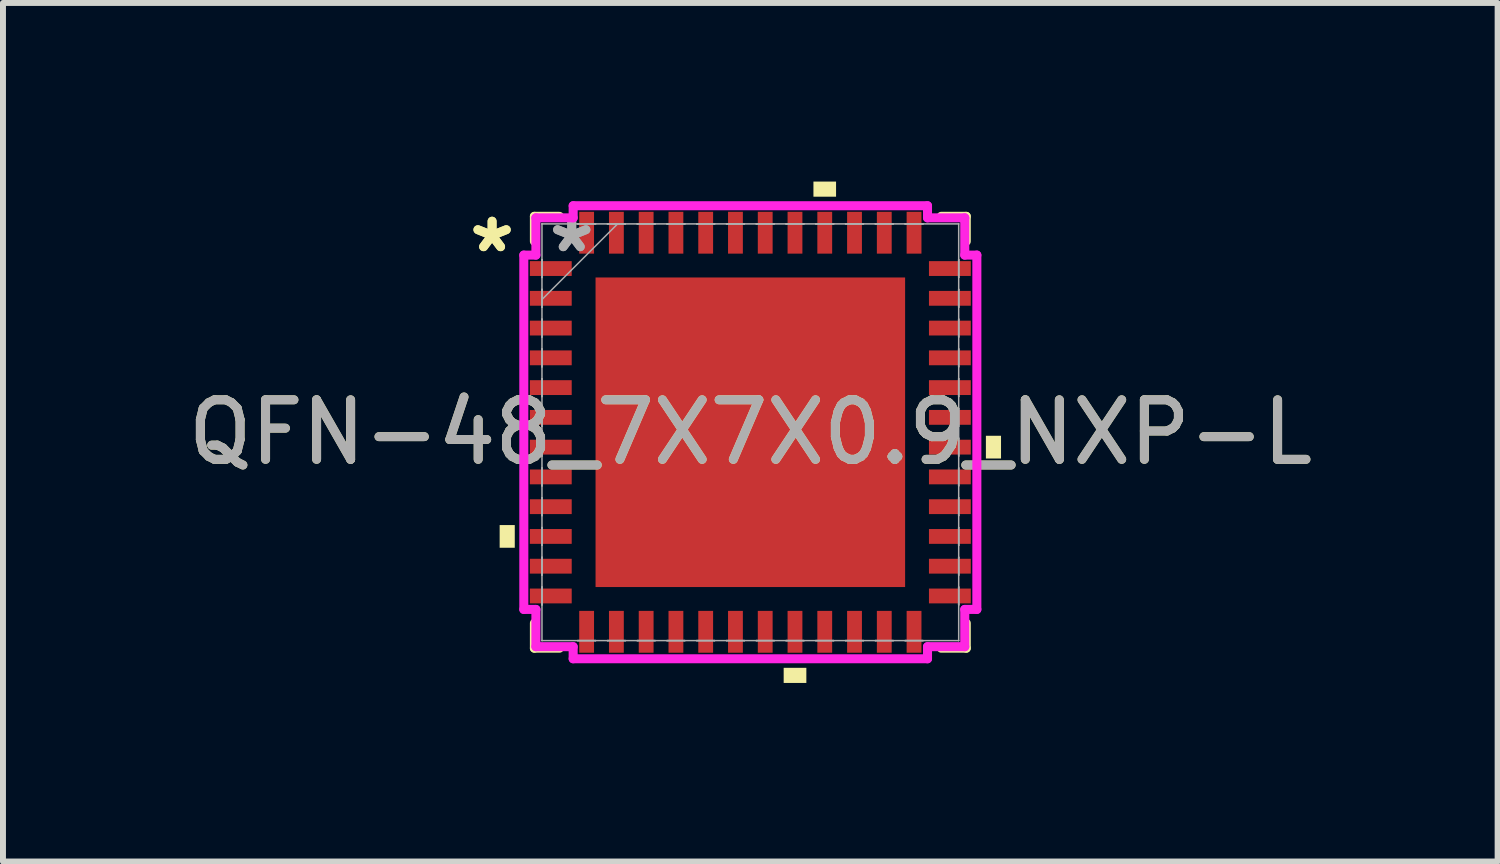
<source format=kicad_pcb>
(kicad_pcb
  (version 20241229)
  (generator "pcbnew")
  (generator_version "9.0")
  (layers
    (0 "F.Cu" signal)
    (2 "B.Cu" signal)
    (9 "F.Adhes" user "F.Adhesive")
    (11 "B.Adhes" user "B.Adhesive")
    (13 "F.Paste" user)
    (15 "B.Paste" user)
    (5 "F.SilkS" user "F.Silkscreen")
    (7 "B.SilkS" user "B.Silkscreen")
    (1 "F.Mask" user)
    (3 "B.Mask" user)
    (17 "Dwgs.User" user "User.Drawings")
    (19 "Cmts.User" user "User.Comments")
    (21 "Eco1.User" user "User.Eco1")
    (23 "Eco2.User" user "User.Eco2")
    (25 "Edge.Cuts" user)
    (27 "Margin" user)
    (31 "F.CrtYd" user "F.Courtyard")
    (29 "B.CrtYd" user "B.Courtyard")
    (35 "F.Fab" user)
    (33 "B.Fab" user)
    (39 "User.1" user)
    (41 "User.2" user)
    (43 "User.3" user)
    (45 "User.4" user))
  (footprint "QFN-48_7X7X0.9_NXP-L"
    (layer "F.Cu")
    (at 9.554 4.211)
    (property "Reference" "QFN-48_7X7X0.9_NXP-L" (at 0 0 0) (unlocked yes) (layer "F.SilkS") (effects (font (size 1 1) (thickness 0.15))))
    (attr smd)
    (fp_line (start -3.627 -3.627) (end -3.627 -3.207) (stroke (width 0.152) (type solid)) (layer "F.SilkS"))
    (fp_line (start -3.627 3.207) (end -3.627 3.627) (stroke (width 0.152) (type solid)) (layer "F.SilkS"))
    (fp_line (start -3.627 3.627) (end -3.207 3.627) (stroke (width 0.152) (type solid)) (layer "F.SilkS"))
    (fp_line (start -3.207 -3.627) (end -3.627 -3.627) (stroke (width 0.152) (type solid)) (layer "F.SilkS"))
    (fp_line (start 3.207 3.627) (end 3.627 3.627) (stroke (width 0.152) (type solid)) (layer "F.SilkS"))
    (fp_line (start 3.627 -3.627) (end 3.207 -3.627) (stroke (width 0.152) (type solid)) (layer "F.SilkS"))
    (fp_line (start 3.627 -3.207) (end 3.627 -3.627) (stroke (width 0.152) (type solid)) (layer "F.SilkS"))
    (fp_line (start 3.627 3.627) (end 3.627 3.207) (stroke (width 0.152) (type solid)) (layer "F.SilkS"))
    (fp_poly (pts (xy -4.211 1.559) (xy -4.211 1.94) (xy -3.957 1.94) (xy -3.957 1.559)) (stroke (width 0) (type solid)) (fill yes) (layer "F.SilkS"))
    (fp_poly (pts (xy 0.56 3.957) (xy 0.56 4.211) (xy 0.941 4.211) (xy 0.941 3.957)) (stroke (width 0) (type solid)) (fill yes) (layer "F.SilkS"))
    (fp_poly (pts (xy 1.06 -3.957) (xy 1.06 -4.211) (xy 1.44 -4.211) (xy 1.44 -3.957)) (stroke (width 0) (type solid)) (fill yes) (layer "F.SilkS"))
    (fp_poly (pts (xy 4.211 0.059) (xy 4.211 0.441) (xy 3.957 0.441) (xy 3.957 0.059)) (stroke (width 0) (type solid)) (fill yes) (layer "F.SilkS"))
    (fp_poly (pts (xy -2.5 -2.5) (xy -2.5 -1.4) (xy -1.4 -1.4) (xy -1.4 -2.5)) (stroke (width 0) (type solid)) (fill yes) (layer "F.Paste"))
    (fp_poly (pts (xy -2.5 -1.2) (xy -2.5 -0.1) (xy -1.4 -0.1) (xy -1.4 -1.2)) (stroke (width 0) (type solid)) (fill yes) (layer "F.Paste"))
    (fp_poly (pts (xy -2.5 0.1) (xy -2.5 1.2) (xy -1.4 1.2) (xy -1.4 0.1)) (stroke (width 0) (type solid)) (fill yes) (layer "F.Paste"))
    (fp_poly (pts (xy -2.5 1.4) (xy -2.5 2.5) (xy -1.4 2.5) (xy -1.4 1.4)) (stroke (width 0) (type solid)) (fill yes) (layer "F.Paste"))
    (fp_poly (pts (xy -1.2 -2.5) (xy -1.2 -1.4) (xy -0.1 -1.4) (xy -0.1 -2.5)) (stroke (width 0) (type solid)) (fill yes) (layer "F.Paste"))
    (fp_poly (pts (xy -1.2 -1.2) (xy -1.2 -0.1) (xy -0.1 -0.1) (xy -0.1 -1.2)) (stroke (width 0) (type solid)) (fill yes) (layer "F.Paste"))
    (fp_poly (pts (xy -1.2 0.1) (xy -1.2 1.2) (xy -0.1 1.2) (xy -0.1 0.1)) (stroke (width 0) (type solid)) (fill yes) (layer "F.Paste"))
    (fp_poly (pts (xy -1.2 1.4) (xy -1.2 2.5) (xy -0.1 2.5) (xy -0.1 1.4)) (stroke (width 0) (type solid)) (fill yes) (layer "F.Paste"))
    (fp_poly (pts (xy 0.1 -2.5) (xy 0.1 -1.4) (xy 1.2 -1.4) (xy 1.2 -2.5)) (stroke (width 0) (type solid)) (fill yes) (layer "F.Paste"))
    (fp_poly (pts (xy 0.1 -1.2) (xy 0.1 -0.1) (xy 1.2 -0.1) (xy 1.2 -1.2)) (stroke (width 0) (type solid)) (fill yes) (layer "F.Paste"))
    (fp_poly (pts (xy 0.1 0.1) (xy 0.1 1.2) (xy 1.2 1.2) (xy 1.2 0.1)) (stroke (width 0) (type solid)) (fill yes) (layer "F.Paste"))
    (fp_poly (pts (xy 0.1 1.4) (xy 0.1 2.5) (xy 1.2 2.5) (xy 1.2 1.4)) (stroke (width 0) (type solid)) (fill yes) (layer "F.Paste"))
    (fp_poly (pts (xy 1.4 -2.5) (xy 1.4 -1.4) (xy 2.5 -1.4) (xy 2.5 -2.5)) (stroke (width 0) (type solid)) (fill yes) (layer "F.Paste"))
    (fp_poly (pts (xy 1.4 -1.2) (xy 1.4 -0.1) (xy 2.5 -0.1) (xy 2.5 -1.2)) (stroke (width 0) (type solid)) (fill yes) (layer "F.Paste"))
    (fp_poly (pts (xy 1.4 0.1) (xy 1.4 1.2) (xy 2.5 1.2) (xy 2.5 0.1)) (stroke (width 0) (type solid)) (fill yes) (layer "F.Paste"))
    (fp_poly (pts (xy 1.4 1.4) (xy 1.4 2.5) (xy 2.5 2.5) (xy 2.5 1.4)) (stroke (width 0) (type solid)) (fill yes) (layer "F.Paste"))
    (fp_line (start -3.805 -2.976) (end -3.602 -2.976) (stroke (width 0.152) (type solid)) (layer "F.CrtYd"))
    (fp_line (start -3.805 2.976) (end -3.805 -2.976) (stroke (width 0.152) (type solid)) (layer "F.CrtYd"))
    (fp_line (start -3.602 -3.602) (end -2.976 -3.602) (stroke (width 0.152) (type solid)) (layer "F.CrtYd"))
    (fp_line (start -3.602 -2.976) (end -3.602 -3.602) (stroke (width 0.152) (type solid)) (layer "F.CrtYd"))
    (fp_line (start -3.602 2.976) (end -3.805 2.976) (stroke (width 0.152) (type solid)) (layer "F.CrtYd"))
    (fp_line (start -3.602 3.602) (end -3.602 2.976) (stroke (width 0.152) (type solid)) (layer "F.CrtYd"))
    (fp_line (start -2.976 -3.805) (end 2.976 -3.805) (stroke (width 0.152) (type solid)) (layer "F.CrtYd"))
    (fp_line (start -2.976 -3.602) (end -2.976 -3.805) (stroke (width 0.152) (type solid)) (layer "F.CrtYd"))
    (fp_line (start -2.976 3.602) (end -3.602 3.602) (stroke (width 0.152) (type solid)) (layer "F.CrtYd"))
    (fp_line (start -2.976 3.805) (end -2.976 3.602) (stroke (width 0.152) (type solid)) (layer "F.CrtYd"))
    (fp_line (start 2.976 -3.805) (end 2.976 -3.602) (stroke (width 0.152) (type solid)) (layer "F.CrtYd"))
    (fp_line (start 2.976 -3.602) (end 3.602 -3.602) (stroke (width 0.152) (type solid)) (layer "F.CrtYd"))
    (fp_line (start 2.976 3.602) (end 2.976 3.805) (stroke (width 0.152) (type solid)) (layer "F.CrtYd"))
    (fp_line (start 2.976 3.805) (end -2.976 3.805) (stroke (width 0.152) (type solid)) (layer "F.CrtYd"))
    (fp_line (start 3.602 -3.602) (end 3.602 -2.976) (stroke (width 0.152) (type solid)) (layer "F.CrtYd"))
    (fp_line (start 3.602 -2.976) (end 3.805 -2.976) (stroke (width 0.152) (type solid)) (layer "F.CrtYd"))
    (fp_line (start 3.602 2.976) (end 3.602 3.602) (stroke (width 0.152) (type solid)) (layer "F.CrtYd"))
    (fp_line (start 3.602 3.602) (end 2.976 3.602) (stroke (width 0.152) (type solid)) (layer "F.CrtYd"))
    (fp_line (start 3.805 -2.976) (end 3.805 2.976) (stroke (width 0.152) (type solid)) (layer "F.CrtYd"))
    (fp_line (start 3.805 2.976) (end 3.602 2.976) (stroke (width 0.152) (type solid)) (layer "F.CrtYd"))
    (fp_line (start -3.5 -3.5) (end -3.5 -3.5) (stroke (width 0.025) (type solid)) (layer "F.Fab"))
    (fp_line (start -3.5 -3.5) (end -3.5 3.5) (stroke (width 0.025) (type solid)) (layer "F.Fab"))
    (fp_line (start -3.5 -2.9) (end -3.5 -2.9) (stroke (width 0.025) (type solid)) (layer "F.Fab"))
    (fp_line (start -3.5 -2.9) (end -3.5 -2.6) (stroke (width 0.025) (type solid)) (layer "F.Fab"))
    (fp_line (start -3.5 -2.6) (end -3.5 -2.9) (stroke (width 0.025) (type solid)) (layer "F.Fab"))
    (fp_line (start -3.5 -2.6) (end -3.5 -2.6) (stroke (width 0.025) (type solid)) (layer "F.Fab"))
    (fp_line (start -3.5 -2.4) (end -3.5 -2.4) (stroke (width 0.025) (type solid)) (layer "F.Fab"))
    (fp_line (start -3.5 -2.4) (end -3.5 -2.1) (stroke (width 0.025) (type solid)) (layer "F.Fab"))
    (fp_line (start -3.5 -2.23) (end -2.23 -3.5) (stroke (width 0.025) (type solid)) (layer "F.Fab"))
    (fp_line (start -3.5 -2.1) (end -3.5 -2.4) (stroke (width 0.025) (type solid)) (layer "F.Fab"))
    (fp_line (start -3.5 -2.1) (end -3.5 -2.1) (stroke (width 0.025) (type solid)) (layer "F.Fab"))
    (fp_line (start -3.5 -1.9) (end -3.5 -1.9) (stroke (width 0.025) (type solid)) (layer "F.Fab"))
    (fp_line (start -3.5 -1.9) (end -3.5 -1.6) (stroke (width 0.025) (type solid)) (layer "F.Fab"))
    (fp_line (start -3.5 -1.6) (end -3.5 -1.9) (stroke (width 0.025) (type solid)) (layer "F.Fab"))
    (fp_line (start -3.5 -1.6) (end -3.5 -1.6) (stroke (width 0.025) (type solid)) (layer "F.Fab"))
    (fp_line (start -3.5 -1.4) (end -3.5 -1.4) (stroke (width 0.025) (type solid)) (layer "F.Fab"))
    (fp_line (start -3.5 -1.4) (end -3.5 -1.1) (stroke (width 0.025) (type solid)) (layer "F.Fab"))
    (fp_line (start -3.5 -1.1) (end -3.5 -1.4) (stroke (width 0.025) (type solid)) (layer "F.Fab"))
    (fp_line (start -3.5 -1.1) (end -3.5 -1.1) (stroke (width 0.025) (type solid)) (layer "F.Fab"))
    (fp_line (start -3.5 -0.9) (end -3.5 -0.9) (stroke (width 0.025) (type solid)) (layer "F.Fab"))
    (fp_line (start -3.5 -0.9) (end -3.5 -0.6) (stroke (width 0.025) (type solid)) (layer "F.Fab"))
    (fp_line (start -3.5 -0.6) (end -3.5 -0.9) (stroke (width 0.025) (type solid)) (layer "F.Fab"))
    (fp_line (start -3.5 -0.6) (end -3.5 -0.6) (stroke (width 0.025) (type solid)) (layer "F.Fab"))
    (fp_line (start -3.5 -0.4) (end -3.5 -0.4) (stroke (width 0.025) (type solid)) (layer "F.Fab"))
    (fp_line (start -3.5 -0.4) (end -3.5 -0.1) (stroke (width 0.025) (type solid)) (layer "F.Fab"))
    (fp_line (start -3.5 -0.1) (end -3.5 -0.4) (stroke (width 0.025) (type solid)) (layer "F.Fab"))
    (fp_line (start -3.5 -0.1) (end -3.5 -0.1) (stroke (width 0.025) (type solid)) (layer "F.Fab"))
    (fp_line (start -3.5 0.1) (end -3.5 0.1) (stroke (width 0.025) (type solid)) (layer "F.Fab"))
    (fp_line (start -3.5 0.1) (end -3.5 0.4) (stroke (width 0.025) (type solid)) (layer "F.Fab"))
    (fp_line (start -3.5 0.4) (end -3.5 0.1) (stroke (width 0.025) (type solid)) (layer "F.Fab"))
    (fp_line (start -3.5 0.4) (end -3.5 0.4) (stroke (width 0.025) (type solid)) (layer "F.Fab"))
    (fp_line (start -3.5 0.6) (end -3.5 0.6) (stroke (width 0.025) (type solid)) (layer "F.Fab"))
    (fp_line (start -3.5 0.6) (end -3.5 0.9) (stroke (width 0.025) (type solid)) (layer "F.Fab"))
    (fp_line (start -3.5 0.9) (end -3.5 0.6) (stroke (width 0.025) (type solid)) (layer "F.Fab"))
    (fp_line (start -3.5 0.9) (end -3.5 0.9) (stroke (width 0.025) (type solid)) (layer "F.Fab"))
    (fp_line (start -3.5 1.1) (end -3.5 1.1) (stroke (width 0.025) (type solid)) (layer "F.Fab"))
    (fp_line (start -3.5 1.1) (end -3.5 1.4) (stroke (width 0.025) (type solid)) (layer "F.Fab"))
    (fp_line (start -3.5 1.4) (end -3.5 1.1) (stroke (width 0.025) (type solid)) (layer "F.Fab"))
    (fp_line (start -3.5 1.4) (end -3.5 1.4) (stroke (width 0.025) (type solid)) (layer "F.Fab"))
    (fp_line (start -3.5 1.6) (end -3.5 1.6) (stroke (width 0.025) (type solid)) (layer "F.Fab"))
    (fp_line (start -3.5 1.6) (end -3.5 1.9) (stroke (width 0.025) (type solid)) (layer "F.Fab"))
    (fp_line (start -3.5 1.9) (end -3.5 1.6) (stroke (width 0.025) (type solid)) (layer "F.Fab"))
    (fp_line (start -3.5 1.9) (end -3.5 1.9) (stroke (width 0.025) (type solid)) (layer "F.Fab"))
    (fp_line (start -3.5 2.1) (end -3.5 2.1) (stroke (width 0.025) (type solid)) (layer "F.Fab"))
    (fp_line (start -3.5 2.1) (end -3.5 2.4) (stroke (width 0.025) (type solid)) (layer "F.Fab"))
    (fp_line (start -3.5 2.4) (end -3.5 2.1) (stroke (width 0.025) (type solid)) (layer "F.Fab"))
    (fp_line (start -3.5 2.4) (end -3.5 2.4) (stroke (width 0.025) (type solid)) (layer "F.Fab"))
    (fp_line (start -3.5 2.6) (end -3.5 2.6) (stroke (width 0.025) (type solid)) (layer "F.Fab"))
    (fp_line (start -3.5 2.6) (end -3.5 2.9) (stroke (width 0.025) (type solid)) (layer "F.Fab"))
    (fp_line (start -3.5 2.9) (end -3.5 2.6) (stroke (width 0.025) (type solid)) (layer "F.Fab"))
    (fp_line (start -3.5 2.9) (end -3.5 2.9) (stroke (width 0.025) (type solid)) (layer "F.Fab"))
    (fp_line (start -3.5 3.5) (end -3.5 3.5) (stroke (width 0.025) (type solid)) (layer "F.Fab"))
    (fp_line (start -3.5 3.5) (end 3.5 3.5) (stroke (width 0.025) (type solid)) (layer "F.Fab"))
    (fp_line (start -2.9 -3.5) (end -2.9 -3.5) (stroke (width 0.025) (type solid)) (layer "F.Fab"))
    (fp_line (start -2.9 -3.5) (end -2.6 -3.5) (stroke (width 0.025) (type solid)) (layer "F.Fab"))
    (fp_line (start -2.9 3.5) (end -2.9 3.5) (stroke (width 0.025) (type solid)) (layer "F.Fab"))
    (fp_line (start -2.9 3.5) (end -2.6 3.5) (stroke (width 0.025) (type solid)) (layer "F.Fab"))
    (fp_line (start -2.6 -3.5) (end -2.9 -3.5) (stroke (width 0.025) (type solid)) (layer "F.Fab"))
    (fp_line (start -2.6 -3.5) (end -2.6 -3.5) (stroke (width 0.025) (type solid)) (layer "F.Fab"))
    (fp_line (start -2.6 3.5) (end -2.9 3.5) (stroke (width 0.025) (type solid)) (layer "F.Fab"))
    (fp_line (start -2.6 3.5) (end -2.6 3.5) (stroke (width 0.025) (type solid)) (layer "F.Fab"))
    (fp_line (start -2.4 -3.5) (end -2.4 -3.5) (stroke (width 0.025) (type solid)) (layer "F.Fab"))
    (fp_line (start -2.4 -3.5) (end -2.1 -3.5) (stroke (width 0.025) (type solid)) (layer "F.Fab"))
    (fp_line (start -2.4 3.5) (end -2.4 3.5) (stroke (width 0.025) (type solid)) (layer "F.Fab"))
    (fp_line (start -2.4 3.5) (end -2.1 3.5) (stroke (width 0.025) (type solid)) (layer "F.Fab"))
    (fp_line (start -2.1 -3.5) (end -2.4 -3.5) (stroke (width 0.025) (type solid)) (layer "F.Fab"))
    (fp_line (start -2.1 -3.5) (end -2.1 -3.5) (stroke (width 0.025) (type solid)) (layer "F.Fab"))
    (fp_line (start -2.1 3.5) (end -2.4 3.5) (stroke (width 0.025) (type solid)) (layer "F.Fab"))
    (fp_line (start -2.1 3.5) (end -2.1 3.5) (stroke (width 0.025) (type solid)) (layer "F.Fab"))
    (fp_line (start -1.9 -3.5) (end -1.9 -3.5) (stroke (width 0.025) (type solid)) (layer "F.Fab"))
    (fp_line (start -1.9 -3.5) (end -1.6 -3.5) (stroke (width 0.025) (type solid)) (layer "F.Fab"))
    (fp_line (start -1.9 3.5) (end -1.9 3.5) (stroke (width 0.025) (type solid)) (layer "F.Fab"))
    (fp_line (start -1.9 3.5) (end -1.6 3.5) (stroke (width 0.025) (type solid)) (layer "F.Fab"))
    (fp_line (start -1.6 -3.5) (end -1.9 -3.5) (stroke (width 0.025) (type solid)) (layer "F.Fab"))
    (fp_line (start -1.6 -3.5) (end -1.6 -3.5) (stroke (width 0.025) (type solid)) (layer "F.Fab"))
    (fp_line (start -1.6 3.5) (end -1.9 3.5) (stroke (width 0.025) (type solid)) (layer "F.Fab"))
    (fp_line (start -1.6 3.5) (end -1.6 3.5) (stroke (width 0.025) (type solid)) (layer "F.Fab"))
    (fp_line (start -1.4 -3.5) (end -1.4 -3.5) (stroke (width 0.025) (type solid)) (layer "F.Fab"))
    (fp_line (start -1.4 -3.5) (end -1.1 -3.5) (stroke (width 0.025) (type solid)) (layer "F.Fab"))
    (fp_line (start -1.4 3.5) (end -1.4 3.5) (stroke (width 0.025) (type solid)) (layer "F.Fab"))
    (fp_line (start -1.4 3.5) (end -1.1 3.5) (stroke (width 0.025) (type solid)) (layer "F.Fab"))
    (fp_line (start -1.1 -3.5) (end -1.4 -3.5) (stroke (width 0.025) (type solid)) (layer "F.Fab"))
    (fp_line (start -1.1 -3.5) (end -1.1 -3.5) (stroke (width 0.025) (type solid)) (layer "F.Fab"))
    (fp_line (start -1.1 3.5) (end -1.4 3.5) (stroke (width 0.025) (type solid)) (layer "F.Fab"))
    (fp_line (start -1.1 3.5) (end -1.1 3.5) (stroke (width 0.025) (type solid)) (layer "F.Fab"))
    (fp_line (start -0.9 -3.5) (end -0.9 -3.5) (stroke (width 0.025) (type solid)) (layer "F.Fab"))
    (fp_line (start -0.9 -3.5) (end -0.6 -3.5) (stroke (width 0.025) (type solid)) (layer "F.Fab"))
    (fp_line (start -0.9 3.5) (end -0.9 3.5) (stroke (width 0.025) (type solid)) (layer "F.Fab"))
    (fp_line (start -0.9 3.5) (end -0.6 3.5) (stroke (width 0.025) (type solid)) (layer "F.Fab"))
    (fp_line (start -0.6 -3.5) (end -0.9 -3.5) (stroke (width 0.025) (type solid)) (layer "F.Fab"))
    (fp_line (start -0.6 -3.5) (end -0.6 -3.5) (stroke (width 0.025) (type solid)) (layer "F.Fab"))
    (fp_line (start -0.6 3.5) (end -0.9 3.5) (stroke (width 0.025) (type solid)) (layer "F.Fab"))
    (fp_line (start -0.6 3.5) (end -0.6 3.5) (stroke (width 0.025) (type solid)) (layer "F.Fab"))
    (fp_line (start -0.4 -3.5) (end -0.4 -3.5) (stroke (width 0.025) (type solid)) (layer "F.Fab"))
    (fp_line (start -0.4 -3.5) (end -0.1 -3.5) (stroke (width 0.025) (type solid)) (layer "F.Fab"))
    (fp_line (start -0.4 3.5) (end -0.4 3.5) (stroke (width 0.025) (type solid)) (layer "F.Fab"))
    (fp_line (start -0.4 3.5) (end -0.1 3.5) (stroke (width 0.025) (type solid)) (layer "F.Fab"))
    (fp_line (start -0.1 -3.5) (end -0.4 -3.5) (stroke (width 0.025) (type solid)) (layer "F.Fab"))
    (fp_line (start -0.1 -3.5) (end -0.1 -3.5) (stroke (width 0.025) (type solid)) (layer "F.Fab"))
    (fp_line (start -0.1 3.5) (end -0.4 3.5) (stroke (width 0.025) (type solid)) (layer "F.Fab"))
    (fp_line (start -0.1 3.5) (end -0.1 3.5) (stroke (width 0.025) (type solid)) (layer "F.Fab"))
    (fp_line (start 0.1 -3.5) (end 0.1 -3.5) (stroke (width 0.025) (type solid)) (layer "F.Fab"))
    (fp_line (start 0.1 -3.5) (end 0.4 -3.5) (stroke (width 0.025) (type solid)) (layer "F.Fab"))
    (fp_line (start 0.1 3.5) (end 0.1 3.5) (stroke (width 0.025) (type solid)) (layer "F.Fab"))
    (fp_line (start 0.1 3.5) (end 0.4 3.5) (stroke (width 0.025) (type solid)) (layer "F.Fab"))
    (fp_line (start 0.4 -3.5) (end 0.1 -3.5) (stroke (width 0.025) (type solid)) (layer "F.Fab"))
    (fp_line (start 0.4 -3.5) (end 0.4 -3.5) (stroke (width 0.025) (type solid)) (layer "F.Fab"))
    (fp_line (start 0.4 3.5) (end 0.1 3.5) (stroke (width 0.025) (type solid)) (layer "F.Fab"))
    (fp_line (start 0.4 3.5) (end 0.4 3.5) (stroke (width 0.025) (type solid)) (layer "F.Fab"))
    (fp_line (start 0.6 -3.5) (end 0.6 -3.5) (stroke (width 0.025) (type solid)) (layer "F.Fab"))
    (fp_line (start 0.6 -3.5) (end 0.9 -3.5) (stroke (width 0.025) (type solid)) (layer "F.Fab"))
    (fp_line (start 0.6 3.5) (end 0.6 3.5) (stroke (width 0.025) (type solid)) (layer "F.Fab"))
    (fp_line (start 0.6 3.5) (end 0.9 3.5) (stroke (width 0.025) (type solid)) (layer "F.Fab"))
    (fp_line (start 0.9 -3.5) (end 0.6 -3.5) (stroke (width 0.025) (type solid)) (layer "F.Fab"))
    (fp_line (start 0.9 -3.5) (end 0.9 -3.5) (stroke (width 0.025) (type solid)) (layer "F.Fab"))
    (fp_line (start 0.9 3.5) (end 0.6 3.5) (stroke (width 0.025) (type solid)) (layer "F.Fab"))
    (fp_line (start 0.9 3.5) (end 0.9 3.5) (stroke (width 0.025) (type solid)) (layer "F.Fab"))
    (fp_line (start 1.1 -3.5) (end 1.1 -3.5) (stroke (width 0.025) (type solid)) (layer "F.Fab"))
    (fp_line (start 1.1 -3.5) (end 1.4 -3.5) (stroke (width 0.025) (type solid)) (layer "F.Fab"))
    (fp_line (start 1.1 3.5) (end 1.1 3.5) (stroke (width 0.025) (type solid)) (layer "F.Fab"))
    (fp_line (start 1.1 3.5) (end 1.4 3.5) (stroke (width 0.025) (type solid)) (layer "F.Fab"))
    (fp_line (start 1.4 -3.5) (end 1.1 -3.5) (stroke (width 0.025) (type solid)) (layer "F.Fab"))
    (fp_line (start 1.4 -3.5) (end 1.4 -3.5) (stroke (width 0.025) (type solid)) (layer "F.Fab"))
    (fp_line (start 1.4 3.5) (end 1.1 3.5) (stroke (width 0.025) (type solid)) (layer "F.Fab"))
    (fp_line (start 1.4 3.5) (end 1.4 3.5) (stroke (width 0.025) (type solid)) (layer "F.Fab"))
    (fp_line (start 1.6 -3.5) (end 1.6 -3.5) (stroke (width 0.025) (type solid)) (layer "F.Fab"))
    (fp_line (start 1.6 -3.5) (end 1.9 -3.5) (stroke (width 0.025) (type solid)) (layer "F.Fab"))
    (fp_line (start 1.6 3.5) (end 1.6 3.5) (stroke (width 0.025) (type solid)) (layer "F.Fab"))
    (fp_line (start 1.6 3.5) (end 1.9 3.5) (stroke (width 0.025) (type solid)) (layer "F.Fab"))
    (fp_line (start 1.9 -3.5) (end 1.6 -3.5) (stroke (width 0.025) (type solid)) (layer "F.Fab"))
    (fp_line (start 1.9 -3.5) (end 1.9 -3.5) (stroke (width 0.025) (type solid)) (layer "F.Fab"))
    (fp_line (start 1.9 3.5) (end 1.6 3.5) (stroke (width 0.025) (type solid)) (layer "F.Fab"))
    (fp_line (start 1.9 3.5) (end 1.9 3.5) (stroke (width 0.025) (type solid)) (layer "F.Fab"))
    (fp_line (start 2.1 -3.5) (end 2.1 -3.5) (stroke (width 0.025) (type solid)) (layer "F.Fab"))
    (fp_line (start 2.1 -3.5) (end 2.4 -3.5) (stroke (width 0.025) (type solid)) (layer "F.Fab"))
    (fp_line (start 2.1 3.5) (end 2.1 3.5) (stroke (width 0.025) (type solid)) (layer "F.Fab"))
    (fp_line (start 2.1 3.5) (end 2.4 3.5) (stroke (width 0.025) (type solid)) (layer "F.Fab"))
    (fp_line (start 2.4 -3.5) (end 2.1 -3.5) (stroke (width 0.025) (type solid)) (layer "F.Fab"))
    (fp_line (start 2.4 -3.5) (end 2.4 -3.5) (stroke (width 0.025) (type solid)) (layer "F.Fab"))
    (fp_line (start 2.4 3.5) (end 2.1 3.5) (stroke (width 0.025) (type solid)) (layer "F.Fab"))
    (fp_line (start 2.4 3.5) (end 2.4 3.5) (stroke (width 0.025) (type solid)) (layer "F.Fab"))
    (fp_line (start 2.6 -3.5) (end 2.6 -3.5) (stroke (width 0.025) (type solid)) (layer "F.Fab"))
    (fp_line (start 2.6 -3.5) (end 2.9 -3.5) (stroke (width 0.025) (type solid)) (layer "F.Fab"))
    (fp_line (start 2.6 3.5) (end 2.6 3.5) (stroke (width 0.025) (type solid)) (layer "F.Fab"))
    (fp_line (start 2.6 3.5) (end 2.9 3.5) (stroke (width 0.025) (type solid)) (layer "F.Fab"))
    (fp_line (start 2.9 -3.5) (end 2.6 -3.5) (stroke (width 0.025) (type solid)) (layer "F.Fab"))
    (fp_line (start 2.9 -3.5) (end 2.9 -3.5) (stroke (width 0.025) (type solid)) (layer "F.Fab"))
    (fp_line (start 2.9 3.5) (end 2.6 3.5) (stroke (width 0.025) (type solid)) (layer "F.Fab"))
    (fp_line (start 2.9 3.5) (end 2.9 3.5) (stroke (width 0.025) (type solid)) (layer "F.Fab"))
    (fp_line (start 3.5 -3.5) (end -3.5 -3.5) (stroke (width 0.025) (type solid)) (layer "F.Fab"))
    (fp_line (start 3.5 -3.5) (end 3.5 -3.5) (stroke (width 0.025) (type solid)) (layer "F.Fab"))
    (fp_line (start 3.5 -2.9) (end 3.5 -2.9) (stroke (width 0.025) (type solid)) (layer "F.Fab"))
    (fp_line (start 3.5 -2.9) (end 3.5 -2.6) (stroke (width 0.025) (type solid)) (layer "F.Fab"))
    (fp_line (start 3.5 -2.6) (end 3.5 -2.9) (stroke (width 0.025) (type solid)) (layer "F.Fab"))
    (fp_line (start 3.5 -2.6) (end 3.5 -2.6) (stroke (width 0.025) (type solid)) (layer "F.Fab"))
    (fp_line (start 3.5 -2.4) (end 3.5 -2.4) (stroke (width 0.025) (type solid)) (layer "F.Fab"))
    (fp_line (start 3.5 -2.4) (end 3.5 -2.1) (stroke (width 0.025) (type solid)) (layer "F.Fab"))
    (fp_line (start 3.5 -2.1) (end 3.5 -2.4) (stroke (width 0.025) (type solid)) (layer "F.Fab"))
    (fp_line (start 3.5 -2.1) (end 3.5 -2.1) (stroke (width 0.025) (type solid)) (layer "F.Fab"))
    (fp_line (start 3.5 -1.9) (end 3.5 -1.9) (stroke (width 0.025) (type solid)) (layer "F.Fab"))
    (fp_line (start 3.5 -1.9) (end 3.5 -1.6) (stroke (width 0.025) (type solid)) (layer "F.Fab"))
    (fp_line (start 3.5 -1.6) (end 3.5 -1.9) (stroke (width 0.025) (type solid)) (layer "F.Fab"))
    (fp_line (start 3.5 -1.6) (end 3.5 -1.6) (stroke (width 0.025) (type solid)) (layer "F.Fab"))
    (fp_line (start 3.5 -1.4) (end 3.5 -1.4) (stroke (width 0.025) (type solid)) (layer "F.Fab"))
    (fp_line (start 3.5 -1.4) (end 3.5 -1.1) (stroke (width 0.025) (type solid)) (layer "F.Fab"))
    (fp_line (start 3.5 -1.1) (end 3.5 -1.4) (stroke (width 0.025) (type solid)) (layer "F.Fab"))
    (fp_line (start 3.5 -1.1) (end 3.5 -1.1) (stroke (width 0.025) (type solid)) (layer "F.Fab"))
    (fp_line (start 3.5 -0.9) (end 3.5 -0.9) (stroke (width 0.025) (type solid)) (layer "F.Fab"))
    (fp_line (start 3.5 -0.9) (end 3.5 -0.6) (stroke (width 0.025) (type solid)) (layer "F.Fab"))
    (fp_line (start 3.5 -0.6) (end 3.5 -0.9) (stroke (width 0.025) (type solid)) (layer "F.Fab"))
    (fp_line (start 3.5 -0.6) (end 3.5 -0.6) (stroke (width 0.025) (type solid)) (layer "F.Fab"))
    (fp_line (start 3.5 -0.4) (end 3.5 -0.4) (stroke (width 0.025) (type solid)) (layer "F.Fab"))
    (fp_line (start 3.5 -0.4) (end 3.5 -0.1) (stroke (width 0.025) (type solid)) (layer "F.Fab"))
    (fp_line (start 3.5 -0.1) (end 3.5 -0.4) (stroke (width 0.025) (type solid)) (layer "F.Fab"))
    (fp_line (start 3.5 -0.1) (end 3.5 -0.1) (stroke (width 0.025) (type solid)) (layer "F.Fab"))
    (fp_line (start 3.5 0.1) (end 3.5 0.1) (stroke (width 0.025) (type solid)) (layer "F.Fab"))
    (fp_line (start 3.5 0.1) (end 3.5 0.4) (stroke (width 0.025) (type solid)) (layer "F.Fab"))
    (fp_line (start 3.5 0.4) (end 3.5 0.1) (stroke (width 0.025) (type solid)) (layer "F.Fab"))
    (fp_line (start 3.5 0.4) (end 3.5 0.4) (stroke (width 0.025) (type solid)) (layer "F.Fab"))
    (fp_line (start 3.5 0.6) (end 3.5 0.6) (stroke (width 0.025) (type solid)) (layer "F.Fab"))
    (fp_line (start 3.5 0.6) (end 3.5 0.9) (stroke (width 0.025) (type solid)) (layer "F.Fab"))
    (fp_line (start 3.5 0.9) (end 3.5 0.6) (stroke (width 0.025) (type solid)) (layer "F.Fab"))
    (fp_line (start 3.5 0.9) (end 3.5 0.9) (stroke (width 0.025) (type solid)) (layer "F.Fab"))
    (fp_line (start 3.5 1.1) (end 3.5 1.1) (stroke (width 0.025) (type solid)) (layer "F.Fab"))
    (fp_line (start 3.5 1.1) (end 3.5 1.4) (stroke (width 0.025) (type solid)) (layer "F.Fab"))
    (fp_line (start 3.5 1.4) (end 3.5 1.1) (stroke (width 0.025) (type solid)) (layer "F.Fab"))
    (fp_line (start 3.5 1.4) (end 3.5 1.4) (stroke (width 0.025) (type solid)) (layer "F.Fab"))
    (fp_line (start 3.5 1.6) (end 3.5 1.6) (stroke (width 0.025) (type solid)) (layer "F.Fab"))
    (fp_line (start 3.5 1.6) (end 3.5 1.9) (stroke (width 0.025) (type solid)) (layer "F.Fab"))
    (fp_line (start 3.5 1.9) (end 3.5 1.6) (stroke (width 0.025) (type solid)) (layer "F.Fab"))
    (fp_line (start 3.5 1.9) (end 3.5 1.9) (stroke (width 0.025) (type solid)) (layer "F.Fab"))
    (fp_line (start 3.5 2.1) (end 3.5 2.1) (stroke (width 0.025) (type solid)) (layer "F.Fab"))
    (fp_line (start 3.5 2.1) (end 3.5 2.4) (stroke (width 0.025) (type solid)) (layer "F.Fab"))
    (fp_line (start 3.5 2.4) (end 3.5 2.1) (stroke (width 0.025) (type solid)) (layer "F.Fab"))
    (fp_line (start 3.5 2.4) (end 3.5 2.4) (stroke (width 0.025) (type solid)) (layer "F.Fab"))
    (fp_line (start 3.5 2.6) (end 3.5 2.6) (stroke (width 0.025) (type solid)) (layer "F.Fab"))
    (fp_line (start 3.5 2.6) (end 3.5 2.9) (stroke (width 0.025) (type solid)) (layer "F.Fab"))
    (fp_line (start 3.5 2.9) (end 3.5 2.6) (stroke (width 0.025) (type solid)) (layer "F.Fab"))
    (fp_line (start 3.5 2.9) (end 3.5 2.9) (stroke (width 0.025) (type solid)) (layer "F.Fab"))
    (fp_line (start 3.5 3.5) (end 3.5 -3.5) (stroke (width 0.025) (type solid)) (layer "F.Fab"))
    (fp_line (start 3.5 3.5) (end 3.5 3.5) (stroke (width 0.025) (type solid)) (layer "F.Fab"))
    (fp_text user "*" (at -4.338 -3 0) (unlocked yes) (layer "F.SilkS") (effects (font (size 1 1) (thickness 0.15))))
    (fp_text user "*" (at -4.338 -3 0) (layer "F.SilkS") (effects (font (size 1 1) (thickness 0.15))))
    (fp_text user "*" (at -3 -3 0) (unlocked yes) (layer "F.Fab") (effects (font (size 1 1) (thickness 0.15))))
    (fp_text user "${REFERENCE}" (at 0 0 0) (unlocked yes) (layer "F.Fab") (effects (font (size 1 1) (thickness 0.15))))
    (fp_text user "*" (at -3 -3 0) (layer "F.Fab") (effects (font (size 1 1) (thickness 0.15))))
    (pad "1" smd rect (at -3.352 -2.75 90) (size 0.249 0.703) (layers "F.Cu" "F.Mask" "F.Paste"))
    (pad "2" smd rect (at -3.352 -2.25 90) (size 0.249 0.703) (layers "F.Cu" "F.Mask" "F.Paste"))
    (pad "3" smd rect (at -3.352 -1.75 90) (size 0.249 0.703) (layers "F.Cu" "F.Mask" "F.Paste"))
    (pad "4" smd rect (at -3.352 -1.25 90) (size 0.249 0.703) (layers "F.Cu" "F.Mask" "F.Paste"))
    (pad "5" smd rect (at -3.352 -0.75 90) (size 0.249 0.703) (layers "F.Cu" "F.Mask" "F.Paste"))
    (pad "6" smd rect (at -3.352 -0.25 90) (size 0.249 0.703) (layers "F.Cu" "F.Mask" "F.Paste"))
    (pad "7" smd rect (at -3.352 0.25 90) (size 0.249 0.703) (layers "F.Cu" "F.Mask" "F.Paste"))
    (pad "8" smd rect (at -3.352 0.75 90) (size 0.249 0.703) (layers "F.Cu" "F.Mask" "F.Paste"))
    (pad "9" smd rect (at -3.352 1.25 90) (size 0.249 0.703) (layers "F.Cu" "F.Mask" "F.Paste"))
    (pad "10" smd rect (at -3.352 1.75 90) (size 0.249 0.703) (layers "F.Cu" "F.Mask" "F.Paste"))
    (pad "11" smd rect (at -3.352 2.25 90) (size 0.249 0.703) (layers "F.Cu" "F.Mask" "F.Paste"))
    (pad "12" smd rect (at -3.352 2.75 90) (size 0.249 0.703) (layers "F.Cu" "F.Mask" "F.Paste"))
    (pad "13" smd rect (at -2.75 3.352) (size 0.249 0.703) (layers "F.Cu" "F.Mask" "F.Paste"))
    (pad "14" smd rect (at -2.25 3.352) (size 0.249 0.703) (layers "F.Cu" "F.Mask" "F.Paste"))
    (pad "15" smd rect (at -1.75 3.352) (size 0.249 0.703) (layers "F.Cu" "F.Mask" "F.Paste"))
    (pad "16" smd rect (at -1.25 3.352) (size 0.249 0.703) (layers "F.Cu" "F.Mask" "F.Paste"))
    (pad "17" smd rect (at -0.75 3.352) (size 0.249 0.703) (layers "F.Cu" "F.Mask" "F.Paste"))
    (pad "18" smd rect (at -0.25 3.352) (size 0.249 0.703) (layers "F.Cu" "F.Mask" "F.Paste"))
    (pad "19" smd rect (at 0.25 3.352) (size 0.249 0.703) (layers "F.Cu" "F.Mask" "F.Paste"))
    (pad "20" smd rect (at 0.75 3.352) (size 0.249 0.703) (layers "F.Cu" "F.Mask" "F.Paste"))
    (pad "21" smd rect (at 1.25 3.352) (size 0.249 0.703) (layers "F.Cu" "F.Mask" "F.Paste"))
    (pad "22" smd rect (at 1.75 3.352) (size 0.249 0.703) (layers "F.Cu" "F.Mask" "F.Paste"))
    (pad "23" smd rect (at 2.25 3.352) (size 0.249 0.703) (layers "F.Cu" "F.Mask" "F.Paste"))
    (pad "24" smd rect (at 2.75 3.352) (size 0.249 0.703) (layers "F.Cu" "F.Mask" "F.Paste"))
    (pad "25" smd rect (at 3.352 2.75 90) (size 0.249 0.703) (layers "F.Cu" "F.Mask" "F.Paste"))
    (pad "26" smd rect (at 3.352 2.25 90) (size 0.249 0.703) (layers "F.Cu" "F.Mask" "F.Paste"))
    (pad "27" smd rect (at 3.352 1.75 90) (size 0.249 0.703) (layers "F.Cu" "F.Mask" "F.Paste"))
    (pad "28" smd rect (at 3.352 1.25 90) (size 0.249 0.703) (layers "F.Cu" "F.Mask" "F.Paste"))
    (pad "29" smd rect (at 3.352 0.75 90) (size 0.249 0.703) (layers "F.Cu" "F.Mask" "F.Paste"))
    (pad "30" smd rect (at 3.352 0.25 90) (size 0.249 0.703) (layers "F.Cu" "F.Mask" "F.Paste"))
    (pad "31" smd rect (at 3.352 -0.25 90) (size 0.249 0.703) (layers "F.Cu" "F.Mask" "F.Paste"))
    (pad "32" smd rect (at 3.352 -0.75 90) (size 0.249 0.703) (layers "F.Cu" "F.Mask" "F.Paste"))
    (pad "33" smd rect (at 3.352 -1.25 90) (size 0.249 0.703) (layers "F.Cu" "F.Mask" "F.Paste"))
    (pad "34" smd rect (at 3.352 -1.75 90) (size 0.249 0.703) (layers "F.Cu" "F.Mask" "F.Paste"))
    (pad "35" smd rect (at 3.352 -2.25 90) (size 0.249 0.703) (layers "F.Cu" "F.Mask" "F.Paste"))
    (pad "36" smd rect (at 3.352 -2.75 90) (size 0.249 0.703) (layers "F.Cu" "F.Mask" "F.Paste"))
    (pad "37" smd rect (at 2.75 -3.352) (size 0.249 0.703) (layers "F.Cu" "F.Mask" "F.Paste"))
    (pad "38" smd rect (at 2.25 -3.352) (size 0.249 0.703) (layers "F.Cu" "F.Mask" "F.Paste"))
    (pad "39" smd rect (at 1.75 -3.352) (size 0.249 0.703) (layers "F.Cu" "F.Mask" "F.Paste"))
    (pad "40" smd rect (at 1.25 -3.352) (size 0.249 0.703) (layers "F.Cu" "F.Mask" "F.Paste"))
    (pad "41" smd rect (at 0.75 -3.352) (size 0.249 0.703) (layers "F.Cu" "F.Mask" "F.Paste"))
    (pad "42" smd rect (at 0.25 -3.352) (size 0.249 0.703) (layers "F.Cu" "F.Mask" "F.Paste"))
    (pad "43" smd rect (at -0.25 -3.352) (size 0.249 0.703) (layers "F.Cu" "F.Mask" "F.Paste"))
    (pad "44" smd rect (at -0.75 -3.352) (size 0.249 0.703) (layers "F.Cu" "F.Mask" "F.Paste"))
    (pad "45" smd rect (at -1.25 -3.352) (size 0.249 0.703) (layers "F.Cu" "F.Mask" "F.Paste"))
    (pad "46" smd rect (at -1.75 -3.352) (size 0.249 0.703) (layers "F.Cu" "F.Mask" "F.Paste"))
    (pad "47" smd rect (at -2.25 -3.352) (size 0.249 0.703) (layers "F.Cu" "F.Mask" "F.Paste"))
    (pad "48" smd rect (at -2.75 -3.352) (size 0.249 0.703) (layers "F.Cu" "F.Mask" "F.Paste"))
    (pad "49" smd rect (at 0 0) (size 5.2 5.2) (layers "F.Cu" "F.Mask")))
  (gr_rect
    (start -3 -3)
    (end 22.107 11.422)
    (stroke (width 0.1) (type default))
    (fill no)
    (layer "Edge.Cuts")))
</source>
